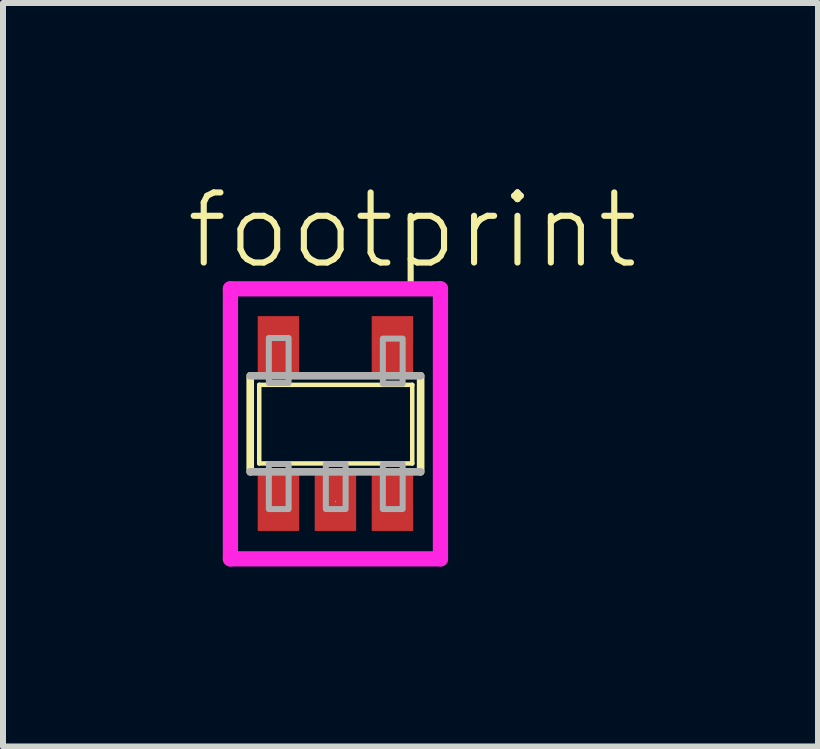
<source format=kicad_pcb>
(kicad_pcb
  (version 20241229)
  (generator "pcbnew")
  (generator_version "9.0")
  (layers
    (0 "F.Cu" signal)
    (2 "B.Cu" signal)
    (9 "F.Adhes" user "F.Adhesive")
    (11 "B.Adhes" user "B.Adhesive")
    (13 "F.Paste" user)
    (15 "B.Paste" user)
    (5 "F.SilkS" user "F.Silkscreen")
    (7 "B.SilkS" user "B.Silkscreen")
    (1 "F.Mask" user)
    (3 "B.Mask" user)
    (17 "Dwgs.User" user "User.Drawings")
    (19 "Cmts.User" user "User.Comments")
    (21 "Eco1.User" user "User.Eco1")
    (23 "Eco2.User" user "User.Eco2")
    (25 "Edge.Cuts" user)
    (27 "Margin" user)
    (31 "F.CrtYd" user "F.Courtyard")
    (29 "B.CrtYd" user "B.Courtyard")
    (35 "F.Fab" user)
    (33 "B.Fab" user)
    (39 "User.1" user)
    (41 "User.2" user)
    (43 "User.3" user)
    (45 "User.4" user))
  (footprint "footprint"
    (layer "F.Cu")
    (at 2.54 4.013)
    (property "Reference" "footprint" (at -2.54 -2.54 0) (layer "F.SilkS") (effects (font (size 1.168 1.168) (thickness 0.102)) (justify left bottom)))
    (fp_line (start -1.42 0.8) (end -1.42 -0.8) (stroke (width 0.127) (type solid)) (layer "F.SilkS"))
    (fp_line (start -1.27 -0.65) (end 1.28 -0.65) (stroke (width 0.075) (type solid)) (layer "F.SilkS"))
    (fp_line (start -1.27 0.66) (end -1.27 -0.65) (stroke (width 0.075) (type solid)) (layer "F.SilkS"))
    (fp_line (start 0 1.29) (end 0 1.3) (stroke (width 0.01) (type solid)) (layer "F.SilkS"))
    (fp_line (start 1.28 -0.65) (end 1.28 0.66) (stroke (width 0.075) (type solid)) (layer "F.SilkS"))
    (fp_line (start 1.28 0.66) (end -1.27 0.66) (stroke (width 0.075) (type solid)) (layer "F.SilkS"))
    (fp_line (start 1.42 -0.8) (end 1.42 0.8) (stroke (width 0.127) (type solid)) (layer "F.SilkS"))
    (fp_line (start -1.75 -2.25) (end 1.75 -2.25) (stroke (width 0.254) (type solid)) (layer "F.CrtYd"))
    (fp_line (start -1.75 2.25) (end -1.75 -2.25) (stroke (width 0.254) (type solid)) (layer "F.CrtYd"))
    (fp_line (start 1.75 -2.25) (end 1.75 2.25) (stroke (width 0.254) (type solid)) (layer "F.CrtYd"))
    (fp_line (start 1.75 2.25) (end -1.75 2.25) (stroke (width 0.254) (type solid)) (layer "F.CrtYd"))
    (fp_line (start -1.42 -0.8) (end 1.42 -0.8) (stroke (width 0.127) (type solid)) (layer "F.Fab"))
    (fp_line (start 1.42 0.8) (end -1.42 0.8) (stroke (width 0.127) (type solid)) (layer "F.Fab"))
    (fp_poly (pts (xy -1.11 -0.68) (xy -0.78 -0.68) (xy -0.78 -1.43) (xy -1.11 -1.43)) (stroke (width 0.1) (type solid)) (fill no) (layer "F.Fab"))
    (fp_poly (pts (xy -1.11 1.42) (xy -0.78 1.42) (xy -0.78 0.67) (xy -1.11 0.67)) (stroke (width 0.1) (type solid)) (fill no) (layer "F.Fab"))
    (fp_poly (pts (xy -0.16 1.42) (xy 0.17 1.42) (xy 0.17 0.67) (xy -0.16 0.67)) (stroke (width 0.1) (type solid)) (fill no) (layer "F.Fab"))
    (fp_poly (pts (xy 0.79 -0.67) (xy 1.12 -0.67) (xy 1.12 -1.42) (xy 0.79 -1.42)) (stroke (width 0.1) (type solid)) (fill no) (layer "F.Fab"))
    (fp_poly (pts (xy 0.79 1.42) (xy 1.12 1.42) (xy 1.12 0.67) (xy 0.79 0.67)) (stroke (width 0.1) (type solid)) (fill no) (layer "F.Fab"))
    (pad "1" smd rect (at -0.95 1.29) (size 0.69 0.99) (layers "F.Cu" "F.Mask" "F.Paste"))
    (pad "2" smd rect (at 0 1.29) (size 0.69 0.99) (layers "F.Cu" "F.Mask" "F.Paste"))
    (pad "3" smd rect (at 0.95 1.29) (size 0.69 0.99) (layers "F.Cu" "F.Mask" "F.Paste"))
    (pad "4" smd rect (at 0.95 -1.3) (size 0.69 0.99) (layers "F.Cu" "F.Mask" "F.Paste"))
    (pad "5" smd rect (at -0.95 -1.3) (size 0.69 0.99) (layers "F.Cu" "F.Mask" "F.Paste")))
  (gr_rect
    (start -3 -3)
    (end 10.582 9.39)
    (stroke (width 0.1) (type default))
    (fill no)
    (layer "Edge.Cuts")))
</source>
